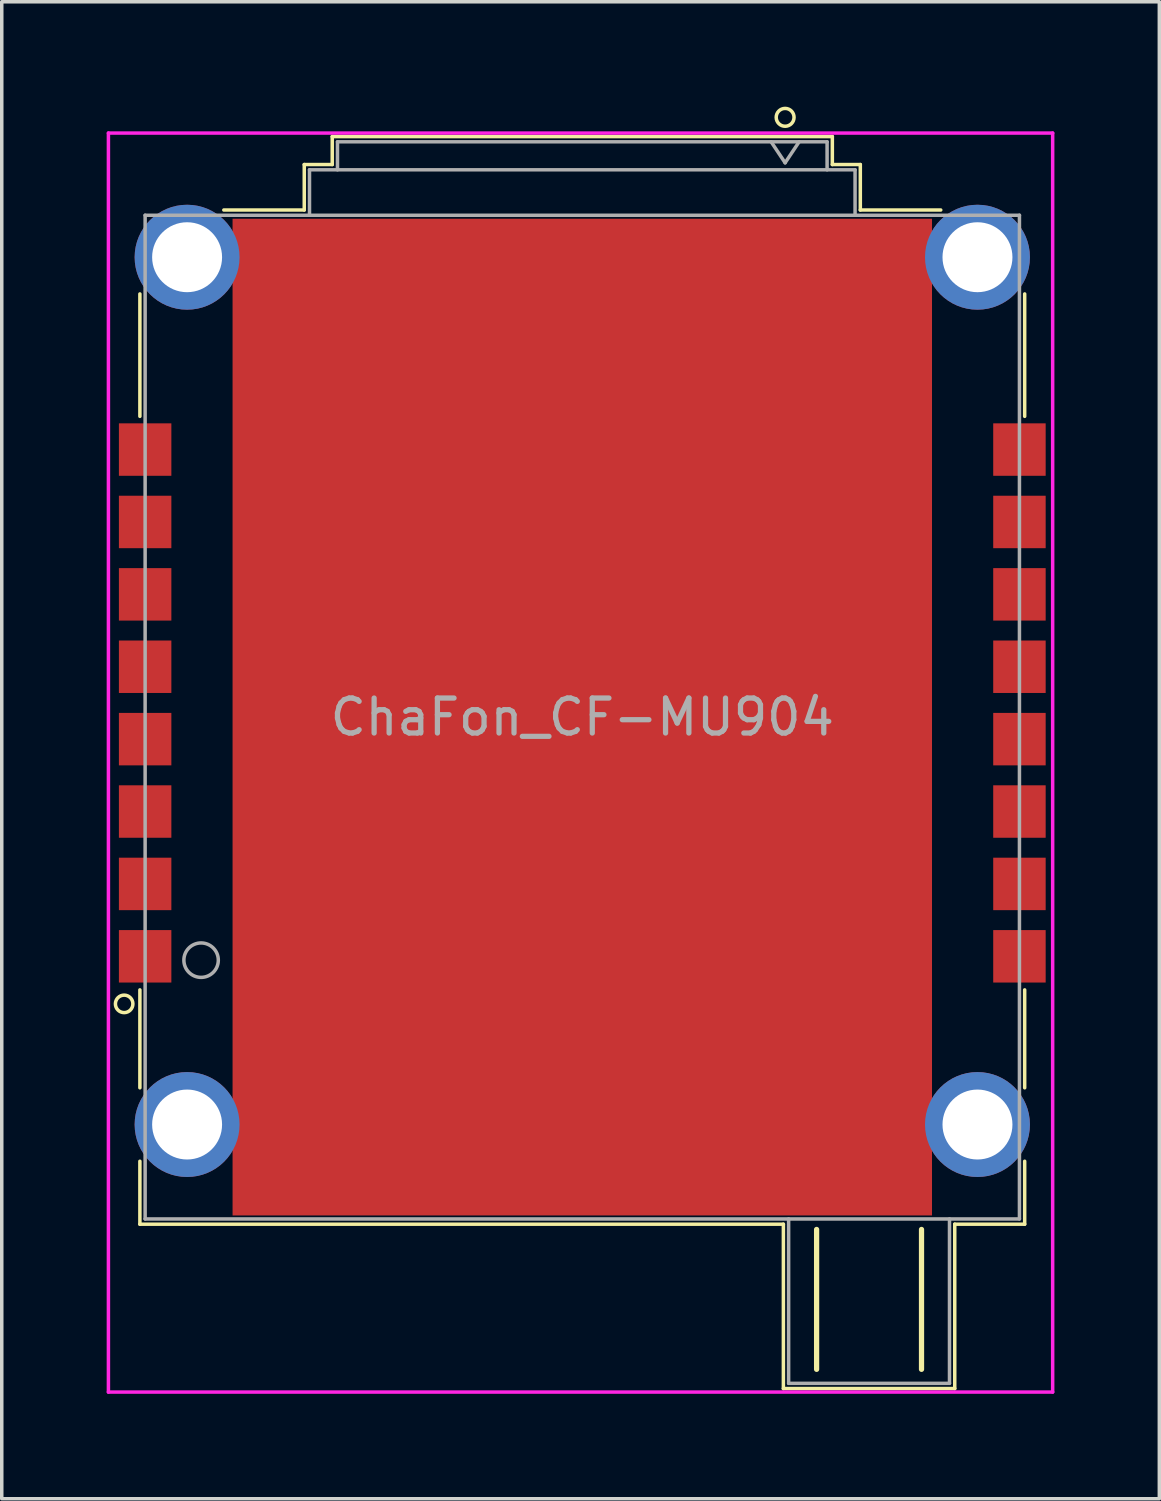
<source format=kicad_pcb>
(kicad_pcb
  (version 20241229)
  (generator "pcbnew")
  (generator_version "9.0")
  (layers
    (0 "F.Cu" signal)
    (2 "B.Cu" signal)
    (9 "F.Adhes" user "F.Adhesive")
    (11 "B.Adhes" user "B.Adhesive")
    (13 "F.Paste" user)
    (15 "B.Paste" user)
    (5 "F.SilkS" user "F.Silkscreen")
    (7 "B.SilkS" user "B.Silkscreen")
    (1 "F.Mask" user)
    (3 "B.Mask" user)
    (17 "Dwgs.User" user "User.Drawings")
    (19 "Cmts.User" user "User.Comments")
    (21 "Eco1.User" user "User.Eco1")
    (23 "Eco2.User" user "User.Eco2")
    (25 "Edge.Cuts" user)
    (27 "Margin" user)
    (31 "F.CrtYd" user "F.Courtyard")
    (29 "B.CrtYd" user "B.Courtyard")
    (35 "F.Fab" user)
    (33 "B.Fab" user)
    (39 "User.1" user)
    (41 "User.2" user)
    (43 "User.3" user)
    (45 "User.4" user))
  (footprint "ChaFon_CF-MU904"
    (layer "F.Cu")
    (at 13.6 17.455)
    (property "Reference" "ChaFon_CF-MU904" (at 0 0 180) (layer "F.Fab") (effects (font (size 1 1) (thickness 0.15))))
    (attr through_hole)
    (fp_line (start -12.65 -12.1) (end -12.65 -8.6) (stroke (width 0.1) (type solid)) (layer "F.SilkS"))
    (fp_line (start -12.65 10.6) (end -12.65 7.8) (stroke (width 0.1) (type solid)) (layer "F.SilkS"))
    (fp_line (start -12.65 14.5) (end -12.65 12.7) (stroke (width 0.1) (type solid)) (layer "F.SilkS"))
    (fp_line (start -12.65 14.5) (end 5.75 14.5) (stroke (width 0.1) (type solid)) (layer "F.SilkS"))
    (fp_line (start -7.95 -15.8) (end -7.95 -14.5) (stroke (width 0.1) (type solid)) (layer "F.SilkS"))
    (fp_line (start -7.95 -14.5) (end -10.25 -14.5) (stroke (width 0.1) (type solid)) (layer "F.SilkS"))
    (fp_line (start -7.15 -16.6) (end -7.15 -15.8) (stroke (width 0.1) (type solid)) (layer "F.SilkS"))
    (fp_line (start -7.15 -15.8) (end -7.95 -15.8) (stroke (width 0.1) (type solid)) (layer "F.SilkS"))
    (fp_line (start 5.75 14.5) (end 5.75 19.2) (stroke (width 0.1) (type solid)) (layer "F.SilkS"))
    (fp_line (start 5.75 19.2) (end 10.65 19.2) (stroke (width 0.1) (type solid)) (layer "F.SilkS"))
    (fp_line (start 6.7 18.65) (end 6.7 14.65) (stroke (width 0.15) (type solid)) (layer "F.SilkS"))
    (fp_line (start 7.15 -16.6) (end -7.15 -16.6) (stroke (width 0.1) (type solid)) (layer "F.SilkS"))
    (fp_line (start 7.15 -15.8) (end 7.15 -16.6) (stroke (width 0.1) (type solid)) (layer "F.SilkS"))
    (fp_line (start 7.95 -15.8) (end 7.15 -15.8) (stroke (width 0.1) (type solid)) (layer "F.SilkS"))
    (fp_line (start 7.95 -14.5) (end 7.95 -15.8) (stroke (width 0.1) (type solid)) (layer "F.SilkS"))
    (fp_line (start 9.7 14.65) (end 9.7 18.65) (stroke (width 0.15) (type solid)) (layer "F.SilkS"))
    (fp_line (start 10.25 -14.5) (end 7.95 -14.5) (stroke (width 0.1) (type solid)) (layer "F.SilkS"))
    (fp_line (start 10.65 14.5) (end 12.65 14.5) (stroke (width 0.1) (type solid)) (layer "F.SilkS"))
    (fp_line (start 10.65 19.2) (end 10.65 14.5) (stroke (width 0.1) (type solid)) (layer "F.SilkS"))
    (fp_line (start 12.65 -8.6) (end 12.65 -12.1) (stroke (width 0.1) (type solid)) (layer "F.SilkS"))
    (fp_line (start 12.65 10.6) (end 12.65 7.8) (stroke (width 0.1) (type solid)) (layer "F.SilkS"))
    (fp_line (start 12.65 14.5) (end 12.65 12.7) (stroke (width 0.1) (type solid)) (layer "F.SilkS"))
    (fp_circle (center -13.1 8.2) (end -13.1 7.95) (stroke (width 0.1) (type solid)) (fill no) (layer "F.SilkS"))
    (fp_circle (center 5.8 -17.15) (end 5.85 -16.9) (stroke (width 0.1) (type solid)) (fill no) (layer "F.SilkS"))
    (fp_line (start -13.55 -16.7) (end 13.45 -16.7) (stroke (width 0.1) (type solid)) (layer "F.CrtYd"))
    (fp_line (start -13.55 19.3) (end -13.55 -16.7) (stroke (width 0.1) (type solid)) (layer "F.CrtYd"))
    (fp_line (start 13.45 -16.7) (end 13.45 19.3) (stroke (width 0.1) (type solid)) (layer "F.CrtYd"))
    (fp_line (start 13.45 19.3) (end -13.55 19.3) (stroke (width 0.1) (type solid)) (layer "F.CrtYd"))
    (fp_line (start -12.5 -14.35) (end 12.5 -14.35) (stroke (width 0.1) (type solid)) (layer "F.Fab"))
    (fp_line (start -12.5 14.35) (end -12.5 -14.35) (stroke (width 0.1) (type solid)) (layer "F.Fab"))
    (fp_line (start -7.8 -15.65) (end 7.8 -15.65) (stroke (width 0.1) (type solid)) (layer "F.Fab"))
    (fp_line (start -7.8 -14.35) (end -7.8 -15.65) (stroke (width 0.1) (type solid)) (layer "F.Fab"))
    (fp_line (start -7 -16.45) (end 7 -16.45) (stroke (width 0.1) (type solid)) (layer "F.Fab"))
    (fp_line (start -7 -15.65) (end -7 -16.45) (stroke (width 0.1) (type solid)) (layer "F.Fab"))
    (fp_line (start 5.8 -15.85) (end 5.4 -16.45) (stroke (width 0.1) (type solid)) (layer "F.Fab"))
    (fp_line (start 5.9 19.05) (end 5.9 14.35) (stroke (width 0.1) (type solid)) (layer "F.Fab"))
    (fp_line (start 6.2 -16.45) (end 5.8 -15.85) (stroke (width 0.1) (type solid)) (layer "F.Fab"))
    (fp_line (start 7 -16.45) (end 7 -15.65) (stroke (width 0.1) (type solid)) (layer "F.Fab"))
    (fp_line (start 7.8 -15.65) (end 7.8 -14.35) (stroke (width 0.1) (type solid)) (layer "F.Fab"))
    (fp_line (start 10.5 14.35) (end 10.5 19.05) (stroke (width 0.1) (type solid)) (layer "F.Fab"))
    (fp_line (start 10.5 19.05) (end 5.9 19.05) (stroke (width 0.1) (type solid)) (layer "F.Fab"))
    (fp_line (start 12.5 -14.35) (end 12.5 14.35) (stroke (width 0.1) (type solid)) (layer "F.Fab"))
    (fp_line (start 12.5 14.35) (end -12.5 14.35) (stroke (width 0.1) (type solid)) (layer "F.Fab"))
    (fp_circle (center -10.9 6.95) (end -11.35 7.15) (stroke (width 0.1) (type solid)) (fill no) (layer "F.Fab"))
    (pad "1" smd rect (at -12.5 6.84) (size 1.5 1.5) (layers "F.Cu" "F.Mask" "F.Paste"))
    (pad "2" smd rect (at -12.5 4.77) (size 1.5 1.5) (layers "F.Cu" "F.Mask" "F.Paste"))
    (pad "3" smd rect (at -12.5 2.7) (size 1.5 1.5) (layers "F.Cu" "F.Mask" "F.Paste"))
    (pad "4" smd rect (at -12.5 0.63) (size 1.5 1.5) (layers "F.Cu" "F.Mask" "F.Paste"))
    (pad "5" smd rect (at -12.5 -1.44) (size 1.5 1.5) (layers "F.Cu" "F.Mask" "F.Paste"))
    (pad "6" smd rect (at -12.5 -3.51) (size 1.5 1.5) (layers "F.Cu" "F.Mask" "F.Paste"))
    (pad "7" smd rect (at -12.5 -5.58) (size 1.5 1.5) (layers "F.Cu" "F.Mask" "F.Paste"))
    (pad "8" smd rect (at -12.5 -7.65) (size 1.5 1.5) (layers "F.Cu" "F.Mask" "F.Paste"))
    (pad "9" smd rect (at 12.5 -7.65) (size 1.5 1.5) (layers "F.Cu" "F.Mask" "F.Paste"))
    (pad "10" smd rect (at 12.5 -5.58) (size 1.5 1.5) (layers "F.Cu" "F.Mask" "F.Paste"))
    (pad "11" smd rect (at 12.5 -3.51) (size 1.5 1.5) (layers "F.Cu" "F.Mask" "F.Paste"))
    (pad "12" smd rect (at 12.5 -1.44) (size 1.5 1.5) (layers "F.Cu" "F.Mask" "F.Paste"))
    (pad "13" smd rect (at 12.5 0.63) (size 1.5 1.5) (layers "F.Cu" "F.Mask" "F.Paste"))
    (pad "14" smd rect (at 12.5 2.7) (size 1.5 1.5) (layers "F.Cu" "F.Mask" "F.Paste"))
    (pad "15" smd rect (at 12.5 4.77) (size 1.5 1.5) (layers "F.Cu" "F.Mask" "F.Paste"))
    (pad "16" smd rect (at 12.5 6.84) (size 1.5 1.5) (layers "F.Cu" "F.Mask" "F.Paste"))
    (pad "17" thru_hole circle (at -11.3 -13.15) (size 3 3) (drill 2) (layers "*.Cu" "*.Mask"))
    (pad "18" thru_hole circle (at -11.3 11.65) (size 3 3) (drill 2) (layers "*.Cu" "*.Mask"))
    (pad "19" thru_hole circle (at 11.3 11.65) (size 3 3) (drill 2) (layers "*.Cu" "*.Mask"))
    (pad "20" thru_hole circle (at 11.3 -13.15) (size 3 3) (drill 2) (layers "*.Cu" "*.Mask"))
    (pad "21" smd rect (at 0 0) (size 20 28.5) (layers "F.Cu" "F.Mask")))
  (gr_rect
    (start -3 -3)
    (end 30.1 39.805)
    (stroke (width 0.1) (type default))
    (fill no)
    (layer "Edge.Cuts")))
</source>
